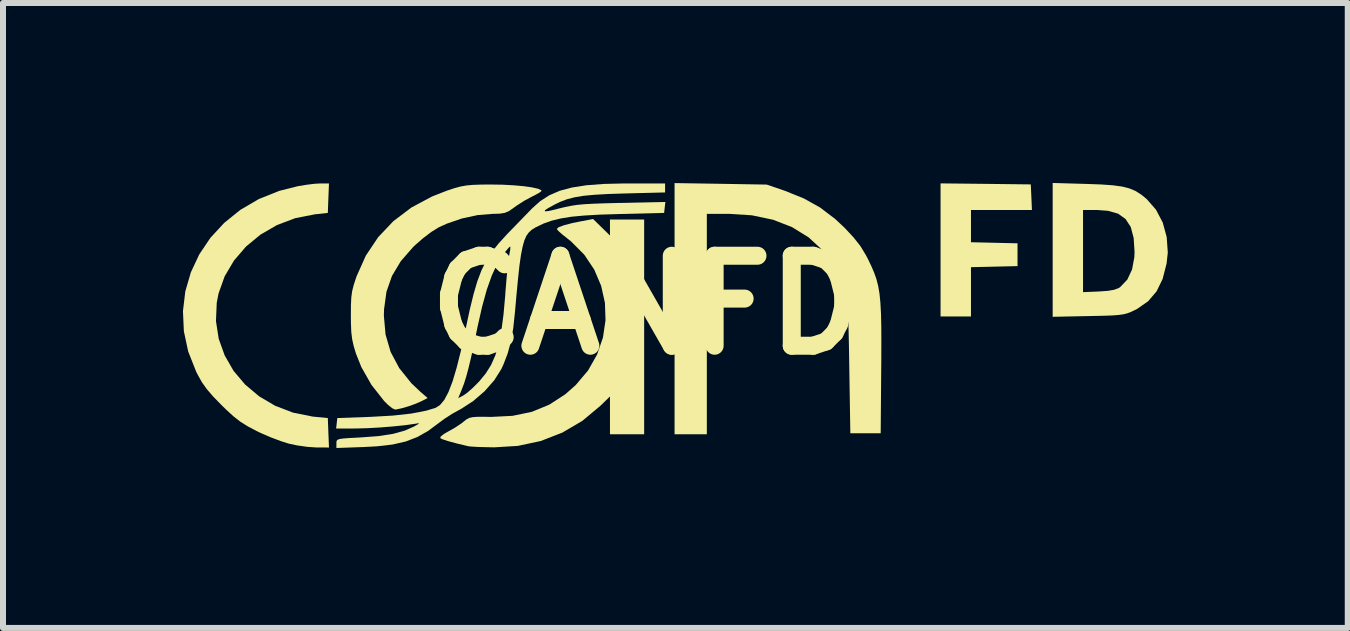
<source format=kicad_pcb>
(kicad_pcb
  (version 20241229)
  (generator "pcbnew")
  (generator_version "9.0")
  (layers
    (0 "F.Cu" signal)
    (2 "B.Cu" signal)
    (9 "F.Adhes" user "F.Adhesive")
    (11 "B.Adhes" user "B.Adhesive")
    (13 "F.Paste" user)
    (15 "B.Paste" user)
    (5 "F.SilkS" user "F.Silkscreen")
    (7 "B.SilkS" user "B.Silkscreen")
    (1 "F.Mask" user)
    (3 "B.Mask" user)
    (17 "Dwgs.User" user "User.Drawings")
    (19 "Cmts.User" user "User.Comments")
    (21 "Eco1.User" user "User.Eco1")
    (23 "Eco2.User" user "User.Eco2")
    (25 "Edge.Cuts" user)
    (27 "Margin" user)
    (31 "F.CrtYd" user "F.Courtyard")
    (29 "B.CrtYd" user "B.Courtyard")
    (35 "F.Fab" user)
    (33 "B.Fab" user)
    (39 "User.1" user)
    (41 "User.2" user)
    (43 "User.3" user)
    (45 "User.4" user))
  (footprint "CANFD"
    (layer "F.Cu")
    (at 7.72 2.035)
    (property "Reference" "CANFD" (at 0 0 0) (layer "F.SilkS") (effects (font (size 1.5 1.5) (thickness 0.3))))
    (attr board_only exclude_from_pos_files exclude_from_bom)
    (fp_poly (pts (xy 5.661 -2.02) (xy 6.413 -2.011) (xy 6.423 -1.797) (xy 6.432 -1.584) (xy 5.924 -1.584) (xy 5.416 -1.584) (xy 5.416 -1.315) (xy 5.416 -1.047) (xy 5.804 -1.038) (xy 6.192 -1.029) (xy 6.192 -0.839) (xy 6.192 -0.649) (xy 5.804 -0.64) (xy 5.416 -0.631) (xy 5.416 -0.221) (xy 5.416 0.19) (xy 5.162 0.19) (xy 4.909 0.19) (xy 4.909 -0.919) (xy 4.909 -2.028)) (stroke (width 0) (type solid)) (fill yes) (layer "F.SilkS"))
    (fp_poly (pts (xy 1.243 -2.021) (xy 2.011 -2.008) (xy 2.312 -1.905) (xy 2.628 -1.778) (xy 2.902 -1.625) (xy 3.153 -1.434) (xy 3.312 -1.285) (xy 3.461 -1.125) (xy 3.574 -0.981) (xy 3.666 -0.829) (xy 3.698 -0.768) (xy 3.755 -0.649) (xy 3.802 -0.54) (xy 3.84 -0.432) (xy 3.869 -0.318) (xy 3.891 -0.19) (xy 3.906 -0.04) (xy 3.916 0.14) (xy 3.921 0.357) (xy 3.922 0.619) (xy 3.921 0.934) (xy 3.92 1.045) (xy 3.911 2.138) (xy 3.658 2.138) (xy 3.405 2.138) (xy 3.387 1.013) (xy 3.382 0.692) (xy 3.376 0.427) (xy 3.369 0.21) (xy 3.359 0.033) (xy 3.345 -0.109) (xy 3.326 -0.226) (xy 3.302 -0.324) (xy 3.27 -0.41) (xy 3.231 -0.494) (xy 3.182 -0.58) (xy 3.147 -0.64) (xy 2.95 -0.907) (xy 2.711 -1.127) (xy 2.433 -1.299) (xy 2.116 -1.422) (xy 1.763 -1.496) (xy 1.388 -1.52) (xy 1.013 -1.52) (xy 1.013 0.317) (xy 1.013 2.154) (xy 0.744 2.154) (xy 0.475 2.154) (xy 0.475 0.06) (xy 0.475 -2.033)) (stroke (width 0) (type solid)) (fill yes) (layer "F.SilkS"))
    (fp_poly (pts (xy 7.34 -2.019) (xy 7.587 -2.01) (xy 7.783 -1.996) (xy 7.936 -1.975) (xy 8.058 -1.944) (xy 8.16 -1.901) (xy 8.253 -1.842) (xy 8.345 -1.767) (xy 8.5 -1.59) (xy 8.613 -1.375) (xy 8.679 -1.132) (xy 8.697 -0.875) (xy 8.677 -0.692) (xy 8.611 -0.435) (xy 8.51 -0.228) (xy 8.37 -0.064) (xy 8.187 0.064) (xy 8.145 0.085) (xy 8.079 0.116) (xy 8.019 0.139) (xy 7.954 0.155) (xy 7.872 0.166) (xy 7.762 0.174) (xy 7.613 0.179) (xy 7.415 0.183) (xy 7.371 0.184) (xy 6.778 0.196) (xy 6.778 -0.919) (xy 6.778 -1.584) (xy 7.284 -1.584) (xy 7.284 -0.899) (xy 7.284 -0.215) (xy 7.551 -0.226) (xy 7.701 -0.237) (xy 7.805 -0.255) (xy 7.879 -0.284) (xy 7.907 -0.303) (xy 8.022 -0.424) (xy 8.101 -0.591) (xy 8.139 -0.795) (xy 8.143 -0.884) (xy 8.128 -1.118) (xy 8.08 -1.3) (xy 7.994 -1.433) (xy 7.869 -1.523) (xy 7.7 -1.571) (xy 7.523 -1.584) (xy 7.284 -1.584) (xy 6.778 -1.584) (xy 6.778 -2.035)) (stroke (width 0) (type solid)) (fill yes) (layer "F.SilkS"))
    (fp_poly (pts (xy -5.296 -1.781) (xy -5.305 -1.536) (xy -5.523 -1.512) (xy -5.849 -1.448) (xy -6.153 -1.333) (xy -6.428 -1.174) (xy -6.669 -0.975) (xy -6.87 -0.741) (xy -7.025 -0.479) (xy -7.127 -0.193) (xy -7.157 -0.037) (xy -7.17 0.268) (xy -7.124 0.563) (xy -7.024 0.841) (xy -6.876 1.098) (xy -6.683 1.326) (xy -6.45 1.522) (xy -6.182 1.68) (xy -5.884 1.794) (xy -5.56 1.859) (xy -5.532 1.862) (xy -5.305 1.884) (xy -5.296 2.13) (xy -5.286 2.375) (xy -5.501 2.374) (xy -5.647 2.364) (xy -5.815 2.34) (xy -5.954 2.311) (xy -6.09 2.268) (xy -6.255 2.206) (xy -6.421 2.134) (xy -6.493 2.1) (xy -6.64 2.022) (xy -6.762 1.946) (xy -6.877 1.856) (xy -7.005 1.739) (xy -7.081 1.664) (xy -7.22 1.521) (xy -7.323 1.401) (xy -7.404 1.287) (xy -7.475 1.16) (xy -7.501 1.108) (xy -7.633 0.774) (xy -7.705 0.437) (xy -7.72 0.101) (xy -7.681 -0.227) (xy -7.589 -0.544) (xy -7.449 -0.843) (xy -7.263 -1.12) (xy -7.033 -1.369) (xy -6.763 -1.587) (xy -6.455 -1.767) (xy -6.112 -1.904) (xy -5.806 -1.981) (xy -5.667 -2.004) (xy -5.531 -2.021) (xy -5.428 -2.027) (xy -5.427 -2.027) (xy -5.286 -2.027)) (stroke (width 0) (type solid)) (fill yes) (layer "F.SilkS"))
    (fp_poly (pts (xy -0.742 -1.296) (xy -0.602 -1.159) (xy -0.602 -1.292) (xy -0.602 -1.425) (xy -0.317 -1.425) (xy -0.032 -1.425) (xy -0.032 0.364) (xy -0.032 2.154) (xy -0.317 2.154) (xy -0.602 2.154) (xy -0.602 1.839) (xy -0.602 1.524) (xy -0.762 1.68) (xy -1.063 1.931) (xy -1.395 2.126) (xy -1.754 2.266) (xy -2.138 2.348) (xy -2.531 2.372) (xy -2.683 2.369) (xy -2.816 2.365) (xy -2.915 2.359) (xy -2.961 2.354) (xy -3.146 2.31) (xy -3.291 2.271) (xy -3.39 2.239) (xy -3.432 2.218) (xy -3.422 2.19) (xy -3.365 2.146) (xy -3.302 2.11) (xy -3.19 2.047) (xy -3.083 1.976) (xy -3.042 1.944) (xy -2.995 1.907) (xy -2.949 1.882) (xy -2.892 1.869) (xy -2.808 1.863) (xy -2.683 1.863) (xy -2.586 1.865) (xy -2.227 1.847) (xy -1.904 1.78) (xy -1.612 1.66) (xy -1.346 1.487) (xy -1.173 1.334) (xy -0.967 1.091) (xy -0.816 0.824) (xy -0.719 0.543) (xy -0.676 0.253) (xy -0.686 -0.037) (xy -0.749 -0.321) (xy -0.864 -0.591) (xy -1.031 -0.84) (xy -1.25 -1.06) (xy -1.315 -1.112) (xy -1.402 -1.181) (xy -1.464 -1.237) (xy -1.489 -1.268) (xy -1.489 -1.268) (xy -1.458 -1.297) (xy -1.369 -1.33) (xy -1.227 -1.367) (xy -1.083 -1.396) (xy -0.883 -1.434)) (stroke (width 0) (type solid)) (fill yes) (layer "F.SilkS"))
    (fp_poly (pts (xy -2.39 -2.006) (xy -2.205 -1.996) (xy -2.038 -1.981) (xy -1.899 -1.961) (xy -1.798 -1.938) (xy -1.747 -1.913) (xy -1.742 -1.903) (xy -1.768 -1.88) (xy -1.836 -1.841) (xy -1.903 -1.807) (xy -2.028 -1.74) (xy -2.155 -1.659) (xy -2.202 -1.625) (xy -2.283 -1.568) (xy -2.354 -1.537) (xy -2.439 -1.523) (xy -2.558 -1.52) (xy -2.805 -1.5) (xy -3.07 -1.443) (xy -3.324 -1.356) (xy -3.462 -1.292) (xy -3.581 -1.218) (xy -3.719 -1.113) (xy -3.853 -0.996) (xy -3.883 -0.967) (xy -4.089 -0.731) (xy -4.236 -0.485) (xy -4.328 -0.221) (xy -4.368 0.072) (xy -4.371 0.177) (xy -4.343 0.491) (xy -4.258 0.782) (xy -4.115 1.051) (xy -3.913 1.303) (xy -3.76 1.448) (xy -3.642 1.55) (xy -3.74 1.601) (xy -3.838 1.644) (xy -3.957 1.687) (xy -4.074 1.721) (xy -4.164 1.74) (xy -4.184 1.742) (xy -4.232 1.72) (xy -4.303 1.663) (xy -4.367 1.599) (xy -4.577 1.332) (xy -4.746 1.035) (xy -4.836 0.81) (xy -4.874 0.684) (xy -4.899 0.572) (xy -4.914 0.452) (xy -4.92 0.305) (xy -4.921 0.174) (xy -4.92 0.003) (xy -4.914 -0.125) (xy -4.9 -0.23) (xy -4.874 -0.333) (xy -4.835 -0.453) (xy -4.826 -0.479) (xy -4.672 -0.823) (xy -4.467 -1.13) (xy -4.213 -1.398) (xy -3.913 -1.625) (xy -3.567 -1.81) (xy -3.325 -1.905) (xy -3.199 -1.947) (xy -3.096 -1.975) (xy -2.998 -1.993) (xy -2.888 -2.003) (xy -2.747 -2.008) (xy -2.581 -2.009)) (stroke (width 0) (type solid)) (fill yes) (layer "F.SilkS"))
    (fp_poly (pts (xy 0.317 -1.952) (xy 0.317 -1.877) (xy -0.356 -1.86) (xy -0.635 -1.851) (xy -0.86 -1.838) (xy -1.043 -1.821) (xy -1.192 -1.796) (xy -1.317 -1.764) (xy -1.43 -1.721) (xy -1.513 -1.681) (xy -1.629 -1.618) (xy -1.687 -1.579) (xy -1.686 -1.562) (xy -1.627 -1.567) (xy -1.509 -1.594) (xy -1.454 -1.609) (xy -1.349 -1.634) (xy -1.251 -1.654) (xy -1.147 -1.67) (xy -1.026 -1.681) (xy -0.878 -1.689) (xy -0.69 -1.696) (xy -0.451 -1.702) (xy -0.417 -1.702) (xy 0.322 -1.718) (xy 0.311 -1.627) (xy 0.301 -1.536) (xy -0.459 -1.517) (xy -0.773 -1.507) (xy -1.032 -1.492) (xy -1.246 -1.472) (xy -1.424 -1.443) (xy -1.575 -1.406) (xy -1.708 -1.359) (xy -1.833 -1.299) (xy -1.848 -1.291) (xy -1.906 -1.255) (xy -1.954 -1.211) (xy -1.995 -1.154) (xy -2.029 -1.077) (xy -2.058 -0.974) (xy -2.085 -0.838) (xy -2.11 -0.664) (xy -2.134 -0.444) (xy -2.16 -0.172) (xy -2.185 0.111) (xy -2.214 0.385) (xy -2.254 0.613) (xy -2.308 0.81) (xy -2.379 0.994) (xy -2.413 1.067) (xy -2.53 1.253) (xy -2.691 1.436) (xy -2.881 1.6) (xy -3.081 1.73) (xy -3.104 1.742) (xy -3.234 1.814) (xy -3.365 1.899) (xy -3.451 1.963) (xy -3.633 2.098) (xy -3.813 2.2) (xy -4.007 2.275) (xy -4.226 2.325) (xy -4.485 2.355) (xy -4.711 2.367) (xy -5.162 2.383) (xy -5.162 2.305) (xy -5.161 2.273) (xy -5.149 2.25) (xy -5.116 2.235) (xy -5.053 2.225) (xy -4.948 2.217) (xy -4.793 2.209) (xy -4.759 2.207) (xy -4.461 2.185) (xy -4.217 2.147) (xy -4.019 2.092) (xy -3.87 2.026) (xy -3.8 1.986) (xy -3.782 1.971) (xy -3.814 1.973) (xy -3.848 1.979) (xy -4.01 2.002) (xy -4.213 2.023) (xy -4.435 2.041) (xy -4.654 2.053) (xy -4.847 2.058) (xy -4.856 2.058) (xy -5.167 2.059) (xy -5.157 1.972) (xy -5.147 1.884) (xy -4.592 1.864) (xy -4.222 1.843) (xy -3.913 1.809) (xy -3.665 1.761) (xy -3.509 1.714) (xy -3.434 1.666) (xy -3.363 1.58) (xy -3.348 1.552) (xy -3.132 1.552) (xy -3.044 1.506) (xy -2.98 1.461) (xy -2.892 1.384) (xy -2.797 1.289) (xy -2.779 1.27) (xy -2.673 1.141) (xy -2.585 1.001) (xy -2.514 0.842) (xy -2.458 0.654) (xy -2.413 0.431) (xy -2.377 0.162) (xy -2.348 -0.16) (xy -2.344 -0.222) (xy -2.329 -0.403) (xy -2.314 -0.571) (xy -2.299 -0.713) (xy -2.285 -0.812) (xy -2.28 -0.839) (xy -2.265 -0.92) (xy -2.262 -0.97) (xy -2.264 -0.976) (xy -2.287 -0.959) (xy -2.335 -0.903) (xy -2.388 -0.834) (xy -2.485 -0.68) (xy -2.573 -0.489) (xy -2.656 -0.254) (xy -2.734 0.03) (xy -2.811 0.37) (xy -2.82 0.415) (xy -2.875 0.679) (xy -2.921 0.89) (xy -2.962 1.059) (xy -2.999 1.196) (xy -3.035 1.31) (xy -3.074 1.412) (xy -3.082 1.433) (xy -3.132 1.552) (xy -3.348 1.552) (xy -3.294 1.45) (xy -3.226 1.274) (xy -3.158 1.046) (xy -3.087 0.764) (xy -3.013 0.423) (xy -3.006 0.389) (xy -2.939 0.077) (xy -2.876 -0.181) (xy -2.813 -0.396) (xy -2.744 -0.578) (xy -2.666 -0.736) (xy -2.574 -0.88) (xy -2.463 -1.021) (xy -2.33 -1.167) (xy -2.3 -1.199) (xy -2.18 -1.322) (xy -2.06 -1.446) (xy -1.955 -1.554) (xy -1.9 -1.611) (xy -1.766 -1.731) (xy -1.616 -1.828) (xy -1.442 -1.904) (xy -1.236 -1.959) (xy -0.992 -1.997) (xy -0.702 -2.019) (xy -0.358 -2.027) (xy -0.302 -2.027) (xy 0.317 -2.027)) (stroke (width 0) (type solid)) (fill yes) (layer "F.SilkS")))
  (gr_rect
    (start -3 -3)
    (end 19.417 7.418)
    (stroke (width 0.1) (type default))
    (fill no)
    (layer "Edge.Cuts")))
</source>
